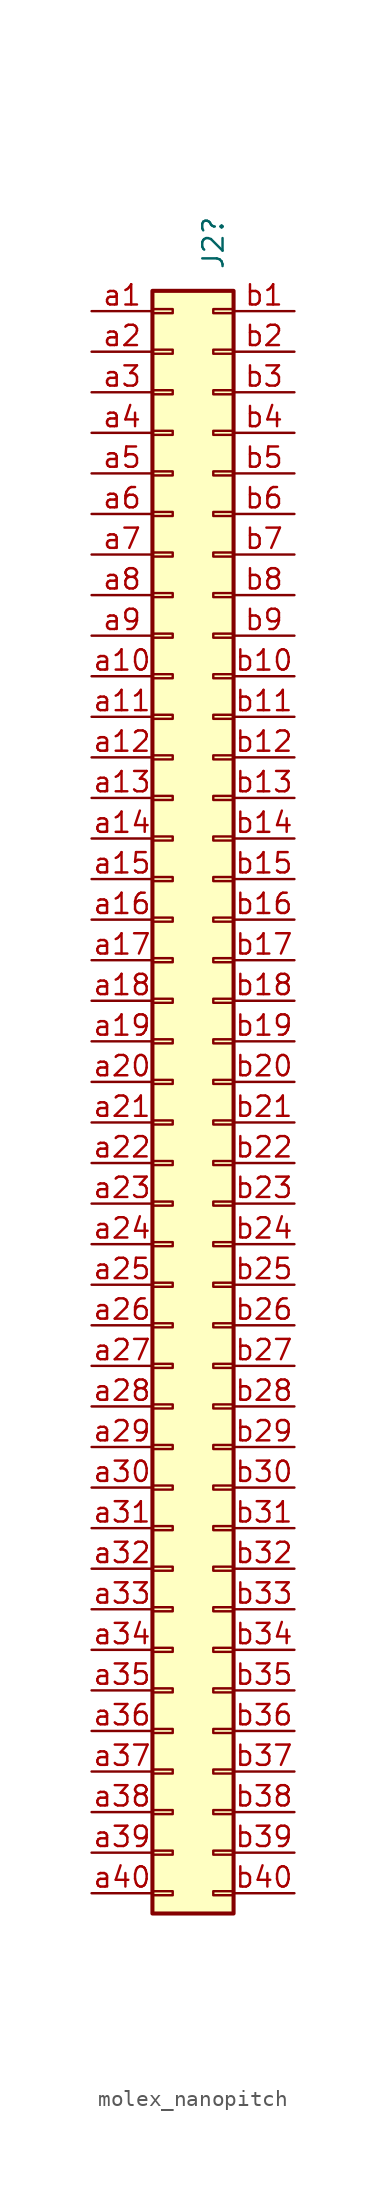
<source format=kicad_sym>
(kicad_symbol_lib
  (version 20241209)
  (generator "kicad_symbol_editor")
  (generator_version "9.0")
  (symbol "molex_nanopitch"
    (pin_names
      (offset 1.016)
      (hide yes))
    (property "Reference" "J2"
      (at 2.54 50.8 90)
      (effects (font (size 1.27 1.27)) (justify left)))
    (symbol "molex_nanopitch_1_1"
      (rectangle (start -1.27 49.53) (end 3.81 -52.07) (stroke (width 0.254) (type default)) (fill (type background)))
      (rectangle (start -1.27 48.387) (end 0 48.133) (stroke (width 0.152) (type default)) (fill (type none)))
      (rectangle (start -1.27 45.847) (end 0 45.593) (stroke (width 0.152) (type default)) (fill (type none)))
      (rectangle (start -1.27 43.307) (end 0 43.053) (stroke (width 0.152) (type default)) (fill (type none)))
      (rectangle (start -1.27 40.767) (end 0 40.513) (stroke (width 0.152) (type default)) (fill (type none)))
      (rectangle (start -1.27 38.227) (end 0 37.973) (stroke (width 0.152) (type default)) (fill (type none)))
      (rectangle (start -1.27 35.687) (end 0 35.433) (stroke (width 0.152) (type default)) (fill (type none)))
      (rectangle (start -1.27 33.147) (end 0 32.893) (stroke (width 0.152) (type default)) (fill (type none)))
      (rectangle (start -1.27 30.607) (end 0 30.353) (stroke (width 0.152) (type default)) (fill (type none)))
      (rectangle (start -1.27 28.067) (end 0 27.813) (stroke (width 0.152) (type default)) (fill (type none)))
      (rectangle (start -1.27 25.527) (end 0 25.273) (stroke (width 0.152) (type default)) (fill (type none)))
      (rectangle (start -1.27 22.987) (end 0 22.733) (stroke (width 0.152) (type default)) (fill (type none)))
      (rectangle (start -1.27 20.447) (end 0 20.193) (stroke (width 0.152) (type default)) (fill (type none)))
      (rectangle (start -1.27 17.907) (end 0 17.653) (stroke (width 0.152) (type default)) (fill (type none)))
      (rectangle (start -1.27 15.367) (end 0 15.113) (stroke (width 0.152) (type default)) (fill (type none)))
      (rectangle (start -1.27 12.827) (end 0 12.573) (stroke (width 0.152) (type default)) (fill (type none)))
      (rectangle (start -1.27 10.287) (end 0 10.033) (stroke (width 0.152) (type default)) (fill (type none)))
      (rectangle (start -1.27 7.747) (end 0 7.493) (stroke (width 0.152) (type default)) (fill (type none)))
      (rectangle (start -1.27 5.207) (end 0 4.953) (stroke (width 0.152) (type default)) (fill (type none)))
      (rectangle (start -1.27 2.667) (end 0 2.413) (stroke (width 0.152) (type default)) (fill (type none)))
      (rectangle (start -1.27 0.127) (end 0 -0.127) (stroke (width 0.152) (type default)) (fill (type none)))
      (rectangle (start -1.27 -2.413) (end 0 -2.667) (stroke (width 0.152) (type default)) (fill (type none)))
      (rectangle (start -1.27 -4.953) (end 0 -5.207) (stroke (width 0.152) (type default)) (fill (type none)))
      (rectangle (start -1.27 -7.493) (end 0 -7.747) (stroke (width 0.152) (type default)) (fill (type none)))
      (rectangle (start -1.27 -10.033) (end 0 -10.287) (stroke (width 0.152) (type default)) (fill (type none)))
      (rectangle (start -1.27 -12.573) (end 0 -12.827) (stroke (width 0.152) (type default)) (fill (type none)))
      (rectangle (start -1.27 -15.113) (end 0 -15.367) (stroke (width 0.152) (type default)) (fill (type none)))
      (rectangle (start -1.27 -17.653) (end 0 -17.907) (stroke (width 0.152) (type default)) (fill (type none)))
      (rectangle (start -1.27 -20.193) (end 0 -20.447) (stroke (width 0.152) (type default)) (fill (type none)))
      (rectangle (start -1.27 -22.733) (end 0 -22.987) (stroke (width 0.152) (type default)) (fill (type none)))
      (rectangle (start -1.27 -25.273) (end 0 -25.527) (stroke (width 0.152) (type default)) (fill (type none)))
      (rectangle (start -1.27 -27.813) (end 0 -28.067) (stroke (width 0.152) (type default)) (fill (type none)))
      (rectangle (start -1.27 -30.353) (end 0 -30.607) (stroke (width 0.152) (type default)) (fill (type none)))
      (rectangle (start -1.27 -32.893) (end 0 -33.147) (stroke (width 0.152) (type default)) (fill (type none)))
      (rectangle (start -1.27 -35.433) (end 0 -35.687) (stroke (width 0.152) (type default)) (fill (type none)))
      (rectangle (start -1.27 -37.973) (end 0 -38.227) (stroke (width 0.152) (type default)) (fill (type none)))
      (rectangle (start -1.27 -40.513) (end 0 -40.767) (stroke (width 0.152) (type default)) (fill (type none)))
      (rectangle (start -1.27 -43.053) (end 0 -43.307) (stroke (width 0.152) (type default)) (fill (type none)))
      (rectangle (start -1.27 -45.593) (end 0 -45.847) (stroke (width 0.152) (type default)) (fill (type none)))
      (rectangle (start -1.27 -48.133) (end 0 -48.387) (stroke (width 0.152) (type default)) (fill (type none)))
      (rectangle (start -1.27 -50.673) (end 0 -50.927) (stroke (width 0.152) (type default)) (fill (type none)))
      (rectangle (start 3.81 48.387) (end 2.54 48.133) (stroke (width 0.152) (type default)) (fill (type none)))
      (rectangle (start 3.81 45.847) (end 2.54 45.593) (stroke (width 0.152) (type default)) (fill (type none)))
      (rectangle (start 3.81 43.307) (end 2.54 43.053) (stroke (width 0.152) (type default)) (fill (type none)))
      (rectangle (start 3.81 40.767) (end 2.54 40.513) (stroke (width 0.152) (type default)) (fill (type none)))
      (rectangle (start 3.81 38.227) (end 2.54 37.973) (stroke (width 0.152) (type default)) (fill (type none)))
      (rectangle (start 3.81 35.687) (end 2.54 35.433) (stroke (width 0.152) (type default)) (fill (type none)))
      (rectangle (start 3.81 33.147) (end 2.54 32.893) (stroke (width 0.152) (type default)) (fill (type none)))
      (rectangle (start 3.81 30.607) (end 2.54 30.353) (stroke (width 0.152) (type default)) (fill (type none)))
      (rectangle (start 3.81 28.067) (end 2.54 27.813) (stroke (width 0.152) (type default)) (fill (type none)))
      (rectangle (start 3.81 25.527) (end 2.54 25.273) (stroke (width 0.152) (type default)) (fill (type none)))
      (rectangle (start 3.81 22.987) (end 2.54 22.733) (stroke (width 0.152) (type default)) (fill (type none)))
      (rectangle (start 3.81 20.447) (end 2.54 20.193) (stroke (width 0.152) (type default)) (fill (type none)))
      (rectangle (start 3.81 17.907) (end 2.54 17.653) (stroke (width 0.152) (type default)) (fill (type none)))
      (rectangle (start 3.81 15.367) (end 2.54 15.113) (stroke (width 0.152) (type default)) (fill (type none)))
      (rectangle (start 3.81 12.827) (end 2.54 12.573) (stroke (width 0.152) (type default)) (fill (type none)))
      (rectangle (start 3.81 10.287) (end 2.54 10.033) (stroke (width 0.152) (type default)) (fill (type none)))
      (rectangle (start 3.81 7.747) (end 2.54 7.493) (stroke (width 0.152) (type default)) (fill (type none)))
      (rectangle (start 3.81 5.207) (end 2.54 4.953) (stroke (width 0.152) (type default)) (fill (type none)))
      (rectangle (start 3.81 2.667) (end 2.54 2.413) (stroke (width 0.152) (type default)) (fill (type none)))
      (rectangle (start 3.81 0.127) (end 2.54 -0.127) (stroke (width 0.152) (type default)) (fill (type none)))
      (rectangle (start 3.81 -2.413) (end 2.54 -2.667) (stroke (width 0.152) (type default)) (fill (type none)))
      (rectangle (start 3.81 -4.953) (end 2.54 -5.207) (stroke (width 0.152) (type default)) (fill (type none)))
      (rectangle (start 3.81 -7.493) (end 2.54 -7.747) (stroke (width 0.152) (type default)) (fill (type none)))
      (rectangle (start 3.81 -10.033) (end 2.54 -10.287) (stroke (width 0.152) (type default)) (fill (type none)))
      (rectangle (start 3.81 -12.573) (end 2.54 -12.827) (stroke (width 0.152) (type default)) (fill (type none)))
      (rectangle (start 3.81 -15.113) (end 2.54 -15.367) (stroke (width 0.152) (type default)) (fill (type none)))
      (rectangle (start 3.81 -17.653) (end 2.54 -17.907) (stroke (width 0.152) (type default)) (fill (type none)))
      (rectangle (start 3.81 -20.193) (end 2.54 -20.447) (stroke (width 0.152) (type default)) (fill (type none)))
      (rectangle (start 3.81 -22.733) (end 2.54 -22.987) (stroke (width 0.152) (type default)) (fill (type none)))
      (rectangle (start 3.81 -25.273) (end 2.54 -25.527) (stroke (width 0.152) (type default)) (fill (type none)))
      (rectangle (start 3.81 -27.813) (end 2.54 -28.067) (stroke (width 0.152) (type default)) (fill (type none)))
      (rectangle (start 3.81 -30.353) (end 2.54 -30.607) (stroke (width 0.152) (type default)) (fill (type none)))
      (rectangle (start 3.81 -32.893) (end 2.54 -33.147) (stroke (width 0.152) (type default)) (fill (type none)))
      (rectangle (start 3.81 -35.433) (end 2.54 -35.687) (stroke (width 0.152) (type default)) (fill (type none)))
      (rectangle (start 3.81 -37.973) (end 2.54 -38.227) (stroke (width 0.152) (type default)) (fill (type none)))
      (rectangle (start 3.81 -40.513) (end 2.54 -40.767) (stroke (width 0.152) (type default)) (fill (type none)))
      (rectangle (start 3.81 -43.053) (end 2.54 -43.307) (stroke (width 0.152) (type default)) (fill (type none)))
      (rectangle (start 3.81 -45.593) (end 2.54 -45.847) (stroke (width 0.152) (type default)) (fill (type none)))
      (rectangle (start 3.81 -48.133) (end 2.54 -48.387) (stroke (width 0.152) (type default)) (fill (type none)))
      (rectangle (start 3.81 -50.673) (end 2.54 -50.927) (stroke (width 0.152) (type default)) (fill (type none)))
      (pin passive line (at -5.08 48.26 0) (length 3.81) (name "Pin_a1" (effects (font (size 1.27 1.27)))) (number "a1" (effects (font (size 1.27 1.27)))))
      (pin passive line (at -5.08 45.72 0) (length 3.81) (name "Pin_a2" (effects (font (size 1.27 1.27)))) (number "a2" (effects (font (size 1.27 1.27)))))
      (pin passive line (at -5.08 43.18 0) (length 3.81) (name "Pin_a3" (effects (font (size 1.27 1.27)))) (number "a3" (effects (font (size 1.27 1.27)))))
      (pin passive line (at -5.08 40.64 0) (length 3.81) (name "Pin_a4" (effects (font (size 1.27 1.27)))) (number "a4" (effects (font (size 1.27 1.27)))))
      (pin passive line (at -5.08 38.1 0) (length 3.81) (name "Pin_a5" (effects (font (size 1.27 1.27)))) (number "a5" (effects (font (size 1.27 1.27)))))
      (pin passive line (at -5.08 35.56 0) (length 3.81) (name "Pin_a6" (effects (font (size 1.27 1.27)))) (number "a6" (effects (font (size 1.27 1.27)))))
      (pin passive line (at -5.08 33.02 0) (length 3.81) (name "Pin_a7" (effects (font (size 1.27 1.27)))) (number "a7" (effects (font (size 1.27 1.27)))))
      (pin passive line (at -5.08 30.48 0) (length 3.81) (name "Pin_a8" (effects (font (size 1.27 1.27)))) (number "a8" (effects (font (size 1.27 1.27)))))
      (pin passive line (at -5.08 27.94 0) (length 3.81) (name "Pin_a9" (effects (font (size 1.27 1.27)))) (number "a9" (effects (font (size 1.27 1.27)))))
      (pin passive line (at -5.08 25.4 0) (length 3.81) (name "Pin_a10" (effects (font (size 1.27 1.27)))) (number "a10" (effects (font (size 1.27 1.27)))))
      (pin passive line (at -5.08 22.86 0) (length 3.81) (name "Pin_a11" (effects (font (size 1.27 1.27)))) (number "a11" (effects (font (size 1.27 1.27)))))
      (pin passive line (at -5.08 20.32 0) (length 3.81) (name "Pin_a12" (effects (font (size 1.27 1.27)))) (number "a12" (effects (font (size 1.27 1.27)))))
      (pin passive line (at -5.08 17.78 0) (length 3.81) (name "Pin_a13" (effects (font (size 1.27 1.27)))) (number "a13" (effects (font (size 1.27 1.27)))))
      (pin passive line (at -5.08 15.24 0) (length 3.81) (name "Pin_a14" (effects (font (size 1.27 1.27)))) (number "a14" (effects (font (size 1.27 1.27)))))
      (pin passive line (at -5.08 12.7 0) (length 3.81) (name "Pin_a15" (effects (font (size 1.27 1.27)))) (number "a15" (effects (font (size 1.27 1.27)))))
      (pin passive line (at -5.08 10.16 0) (length 3.81) (name "Pin_a16" (effects (font (size 1.27 1.27)))) (number "a16" (effects (font (size 1.27 1.27)))))
      (pin passive line (at -5.08 7.62 0) (length 3.81) (name "Pin_a17" (effects (font (size 1.27 1.27)))) (number "a17" (effects (font (size 1.27 1.27)))))
      (pin passive line (at -5.08 5.08 0) (length 3.81) (name "Pin_a18" (effects (font (size 1.27 1.27)))) (number "a18" (effects (font (size 1.27 1.27)))))
      (pin passive line (at -5.08 2.54 0) (length 3.81) (name "Pin_a19" (effects (font (size 1.27 1.27)))) (number "a19" (effects (font (size 1.27 1.27)))))
      (pin passive line (at -5.08 0 0) (length 3.81) (name "Pin_a20" (effects (font (size 1.27 1.27)))) (number "a20" (effects (font (size 1.27 1.27)))))
      (pin passive line (at -5.08 -2.54 0) (length 3.81) (name "Pin_a21" (effects (font (size 1.27 1.27)))) (number "a21" (effects (font (size 1.27 1.27)))))
      (pin passive line (at -5.08 -5.08 0) (length 3.81) (name "Pin_a22" (effects (font (size 1.27 1.27)))) (number "a22" (effects (font (size 1.27 1.27)))))
      (pin passive line (at -5.08 -7.62 0) (length 3.81) (name "Pin_a23" (effects (font (size 1.27 1.27)))) (number "a23" (effects (font (size 1.27 1.27)))))
      (pin passive line (at -5.08 -10.16 0) (length 3.81) (name "Pin_a24" (effects (font (size 1.27 1.27)))) (number "a24" (effects (font (size 1.27 1.27)))))
      (pin passive line (at -5.08 -12.7 0) (length 3.81) (name "Pin_a25" (effects (font (size 1.27 1.27)))) (number "a25" (effects (font (size 1.27 1.27)))))
      (pin passive line (at -5.08 -15.24 0) (length 3.81) (name "Pin_a26" (effects (font (size 1.27 1.27)))) (number "a26" (effects (font (size 1.27 1.27)))))
      (pin passive line (at -5.08 -17.78 0) (length 3.81) (name "Pin_a27" (effects (font (size 1.27 1.27)))) (number "a27" (effects (font (size 1.27 1.27)))))
      (pin passive line (at -5.08 -20.32 0) (length 3.81) (name "Pin_a28" (effects (font (size 1.27 1.27)))) (number "a28" (effects (font (size 1.27 1.27)))))
      (pin passive line (at -5.08 -22.86 0) (length 3.81) (name "Pin_a29" (effects (font (size 1.27 1.27)))) (number "a29" (effects (font (size 1.27 1.27)))))
      (pin passive line (at -5.08 -25.4 0) (length 3.81) (name "Pin_a30" (effects (font (size 1.27 1.27)))) (number "a30" (effects (font (size 1.27 1.27)))))
      (pin passive line (at -5.08 -27.94 0) (length 3.81) (name "Pin_a31" (effects (font (size 1.27 1.27)))) (number "a31" (effects (font (size 1.27 1.27)))))
      (pin passive line (at -5.08 -30.48 0) (length 3.81) (name "Pin_a32" (effects (font (size 1.27 1.27)))) (number "a32" (effects (font (size 1.27 1.27)))))
      (pin passive line (at -5.08 -33.02 0) (length 3.81) (name "Pin_a33" (effects (font (size 1.27 1.27)))) (number "a33" (effects (font (size 1.27 1.27)))))
      (pin passive line (at -5.08 -35.56 0) (length 3.81) (name "Pin_a34" (effects (font (size 1.27 1.27)))) (number "a34" (effects (font (size 1.27 1.27)))))
      (pin passive line (at -5.08 -38.1 0) (length 3.81) (name "Pin_a35" (effects (font (size 1.27 1.27)))) (number "a35" (effects (font (size 1.27 1.27)))))
      (pin passive line (at -5.08 -40.64 0) (length 3.81) (name "Pin_a36" (effects (font (size 1.27 1.27)))) (number "a36" (effects (font (size 1.27 1.27)))))
      (pin passive line (at -5.08 -43.18 0) (length 3.81) (name "Pin_a37" (effects (font (size 1.27 1.27)))) (number "a37" (effects (font (size 1.27 1.27)))))
      (pin passive line (at -5.08 -45.72 0) (length 3.81) (name "Pin_a38" (effects (font (size 1.27 1.27)))) (number "a38" (effects (font (size 1.27 1.27)))))
      (pin passive line (at -5.08 -48.26 0) (length 3.81) (name "Pin_a39" (effects (font (size 1.27 1.27)))) (number "a39" (effects (font (size 1.27 1.27)))))
      (pin passive line (at -5.08 -50.8 0) (length 3.81) (name "Pin_a40" (effects (font (size 1.27 1.27)))) (number "a40" (effects (font (size 1.27 1.27)))))
      (pin passive line (at 7.62 48.26 180) (length 3.81) (name "Pin_b1" (effects (font (size 1.27 1.27)))) (number "b1" (effects (font (size 1.27 1.27)))))
      (pin passive line (at 7.62 45.72 180) (length 3.81) (name "Pin_b2" (effects (font (size 1.27 1.27)))) (number "b2" (effects (font (size 1.27 1.27)))))
      (pin passive line (at 7.62 43.18 180) (length 3.81) (name "Pin_b3" (effects (font (size 1.27 1.27)))) (number "b3" (effects (font (size 1.27 1.27)))))
      (pin passive line (at 7.62 40.64 180) (length 3.81) (name "Pin_b4" (effects (font (size 1.27 1.27)))) (number "b4" (effects (font (size 1.27 1.27)))))
      (pin passive line (at 7.62 38.1 180) (length 3.81) (name "Pin_b5" (effects (font (size 1.27 1.27)))) (number "b5" (effects (font (size 1.27 1.27)))))
      (pin passive line (at 7.62 35.56 180) (length 3.81) (name "Pin_b6" (effects (font (size 1.27 1.27)))) (number "b6" (effects (font (size 1.27 1.27)))))
      (pin passive line (at 7.62 33.02 180) (length 3.81) (name "Pin_b7" (effects (font (size 1.27 1.27)))) (number "b7" (effects (font (size 1.27 1.27)))))
      (pin passive line (at 7.62 30.48 180) (length 3.81) (name "Pin_b8" (effects (font (size 1.27 1.27)))) (number "b8" (effects (font (size 1.27 1.27)))))
      (pin passive line (at 7.62 27.94 180) (length 3.81) (name "Pin_b9" (effects (font (size 1.27 1.27)))) (number "b9" (effects (font (size 1.27 1.27)))))
      (pin passive line (at 7.62 25.4 180) (length 3.81) (name "Pin_b10" (effects (font (size 1.27 1.27)))) (number "b10" (effects (font (size 1.27 1.27)))))
      (pin passive line (at 7.62 22.86 180) (length 3.81) (name "Pin_b11" (effects (font (size 1.27 1.27)))) (number "b11" (effects (font (size 1.27 1.27)))))
      (pin passive line (at 7.62 20.32 180) (length 3.81) (name "Pin_b12" (effects (font (size 1.27 1.27)))) (number "b12" (effects (font (size 1.27 1.27)))))
      (pin passive line (at 7.62 17.78 180) (length 3.81) (name "Pin_b13" (effects (font (size 1.27 1.27)))) (number "b13" (effects (font (size 1.27 1.27)))))
      (pin passive line (at 7.62 15.24 180) (length 3.81) (name "Pin_b14" (effects (font (size 1.27 1.27)))) (number "b14" (effects (font (size 1.27 1.27)))))
      (pin passive line (at 7.62 12.7 180) (length 3.81) (name "Pin_b15" (effects (font (size 1.27 1.27)))) (number "b15" (effects (font (size 1.27 1.27)))))
      (pin passive line (at 7.62 10.16 180) (length 3.81) (name "Pin_b16" (effects (font (size 1.27 1.27)))) (number "b16" (effects (font (size 1.27 1.27)))))
      (pin passive line (at 7.62 7.62 180) (length 3.81) (name "Pin_b17" (effects (font (size 1.27 1.27)))) (number "b17" (effects (font (size 1.27 1.27)))))
      (pin passive line (at 7.62 5.08 180) (length 3.81) (name "Pin_b18" (effects (font (size 1.27 1.27)))) (number "b18" (effects (font (size 1.27 1.27)))))
      (pin passive line (at 7.62 2.54 180) (length 3.81) (name "Pin_b19" (effects (font (size 1.27 1.27)))) (number "b19" (effects (font (size 1.27 1.27)))))
      (pin passive line (at 7.62 0 180) (length 3.81) (name "Pin_b20" (effects (font (size 1.27 1.27)))) (number "b20" (effects (font (size 1.27 1.27)))))
      (pin passive line (at 7.62 -2.54 180) (length 3.81) (name "Pin_b21" (effects (font (size 1.27 1.27)))) (number "b21" (effects (font (size 1.27 1.27)))))
      (pin passive line (at 7.62 -5.08 180) (length 3.81) (name "Pin_b22" (effects (font (size 1.27 1.27)))) (number "b22" (effects (font (size 1.27 1.27)))))
      (pin passive line (at 7.62 -7.62 180) (length 3.81) (name "Pin_b23" (effects (font (size 1.27 1.27)))) (number "b23" (effects (font (size 1.27 1.27)))))
      (pin passive line (at 7.62 -10.16 180) (length 3.81) (name "Pin_b24" (effects (font (size 1.27 1.27)))) (number "b24" (effects (font (size 1.27 1.27)))))
      (pin passive line (at 7.62 -12.7 180) (length 3.81) (name "Pin_b25" (effects (font (size 1.27 1.27)))) (number "b25" (effects (font (size 1.27 1.27)))))
      (pin passive line (at 7.62 -15.24 180) (length 3.81) (name "Pin_b26" (effects (font (size 1.27 1.27)))) (number "b26" (effects (font (size 1.27 1.27)))))
      (pin passive line (at 7.62 -17.78 180) (length 3.81) (name "Pin_b27" (effects (font (size 1.27 1.27)))) (number "b27" (effects (font (size 1.27 1.27)))))
      (pin passive line (at 7.62 -20.32 180) (length 3.81) (name "Pin_b28" (effects (font (size 1.27 1.27)))) (number "b28" (effects (font (size 1.27 1.27)))))
      (pin passive line (at 7.62 -22.86 180) (length 3.81) (name "Pin_b29" (effects (font (size 1.27 1.27)))) (number "b29" (effects (font (size 1.27 1.27)))))
      (pin passive line (at 7.62 -25.4 180) (length 3.81) (name "Pin_b30" (effects (font (size 1.27 1.27)))) (number "b30" (effects (font (size 1.27 1.27)))))
      (pin passive line (at 7.62 -27.94 180) (length 3.81) (name "Pin_b31" (effects (font (size 1.27 1.27)))) (number "b31" (effects (font (size 1.27 1.27)))))
      (pin passive line (at 7.62 -30.48 180) (length 3.81) (name "Pin_b32" (effects (font (size 1.27 1.27)))) (number "b32" (effects (font (size 1.27 1.27)))))
      (pin passive line (at 7.62 -33.02 180) (length 3.81) (name "Pin_b33" (effects (font (size 1.27 1.27)))) (number "b33" (effects (font (size 1.27 1.27)))))
      (pin passive line (at 7.62 -35.56 180) (length 3.81) (name "Pin_b34" (effects (font (size 1.27 1.27)))) (number "b34" (effects (font (size 1.27 1.27)))))
      (pin passive line (at 7.62 -38.1 180) (length 3.81) (name "Pin_b35" (effects (font (size 1.27 1.27)))) (number "b35" (effects (font (size 1.27 1.27)))))
      (pin passive line (at 7.62 -40.64 180) (length 3.81) (name "Pin_b36" (effects (font (size 1.27 1.27)))) (number "b36" (effects (font (size 1.27 1.27)))))
      (pin passive line (at 7.62 -43.18 180) (length 3.81) (name "Pin_b37" (effects (font (size 1.27 1.27)))) (number "b37" (effects (font (size 1.27 1.27)))))
      (pin passive line (at 7.62 -45.72 180) (length 3.81) (name "Pin_b38" (effects (font (size 1.27 1.27)))) (number "b38" (effects (font (size 1.27 1.27)))))
      (pin passive line (at 7.62 -48.26 180) (length 3.81) (name "Pin_b39" (effects (font (size 1.27 1.27)))) (number "b39" (effects (font (size 1.27 1.27)))))
      (pin passive line (at 7.62 -50.8 180) (length 3.81) (name "Pin_b40" (effects (font (size 1.27 1.27)))) (number "b40" (effects (font (size 1.27 1.27))))))))
</source>
